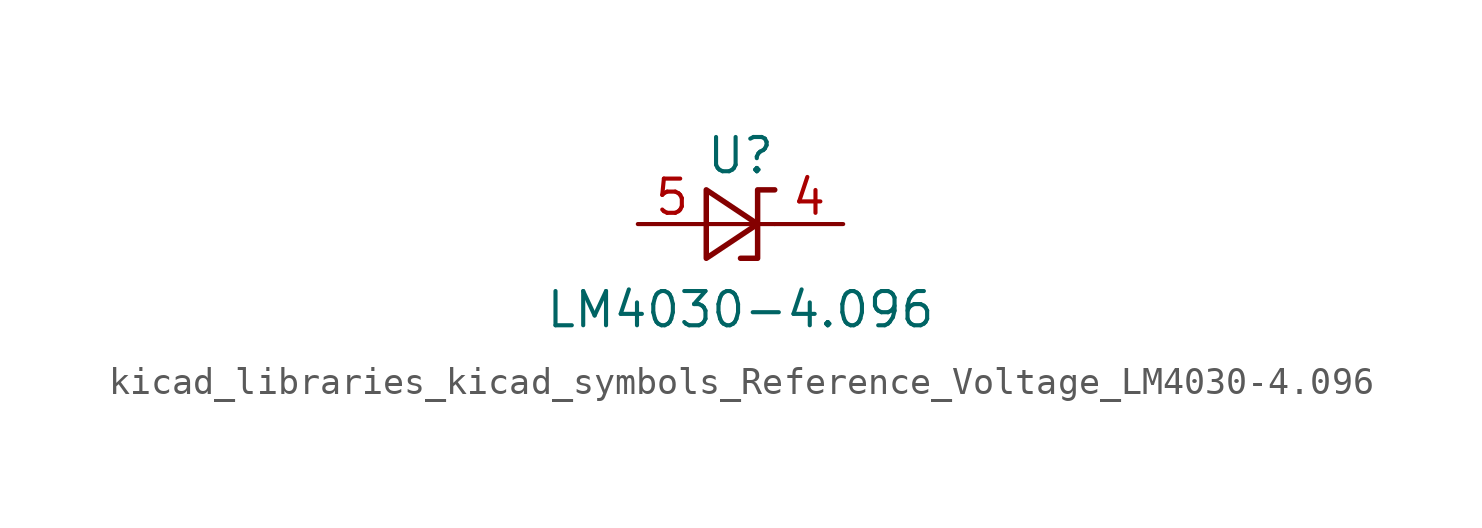
<source format=kicad_sym>
(kicad_symbol_lib
  (version 20220914)
  (generator kicad_symbol_editor)
  (symbol "kicad_libraries_kicad_symbols_Reference_Voltage_LM4030-4.096"
    (pin_names
      (offset 0.025) hide)
    (property "Reference" "U"
      (at 0 2.54 0)
      (effects (font (size 1.27 1.27))))
    (property "Value" "LM4030-4.096"
      (at 0 -3.175 0)
      (effects (font (size 1.27 1.27))))
    (symbol "kicad_libraries_kicad_symbols_Reference_Voltage_LM4030-4.096_0_1"
      (polyline (pts (xy -1.27 0) (xy 0 0) (xy 1.27 0)) (stroke (width 0) (type default)) (fill (type none)))
      (polyline (pts (xy -1.27 -1.27) (xy 0.635 0) (xy -1.27 1.27) (xy -1.27 -1.27)) (stroke (width 0.203) (type default)) (fill (type none)))
      (polyline (pts (xy 0 -1.27) (xy 0.635 -1.27) (xy 0.635 1.27) (xy 1.27 1.27)) (stroke (width 0.203) (type default)) (fill (type none))))
    (symbol "kicad_libraries_kicad_symbols_Reference_Voltage_LM4030-4.096_1_1"
      (pin passive line (at 3.81 0 180) (length 2.54) (name "K" (effects (font (size 1.27 1.27)))) (number "4" (effects (font (size 1.27 1.27)))))
      (pin passive line (at -3.81 0 0) (length 2.54) (name "A" (effects (font (size 1.27 1.27)))) (number "5" (effects (font (size 1.27 1.27))))))))
</source>
